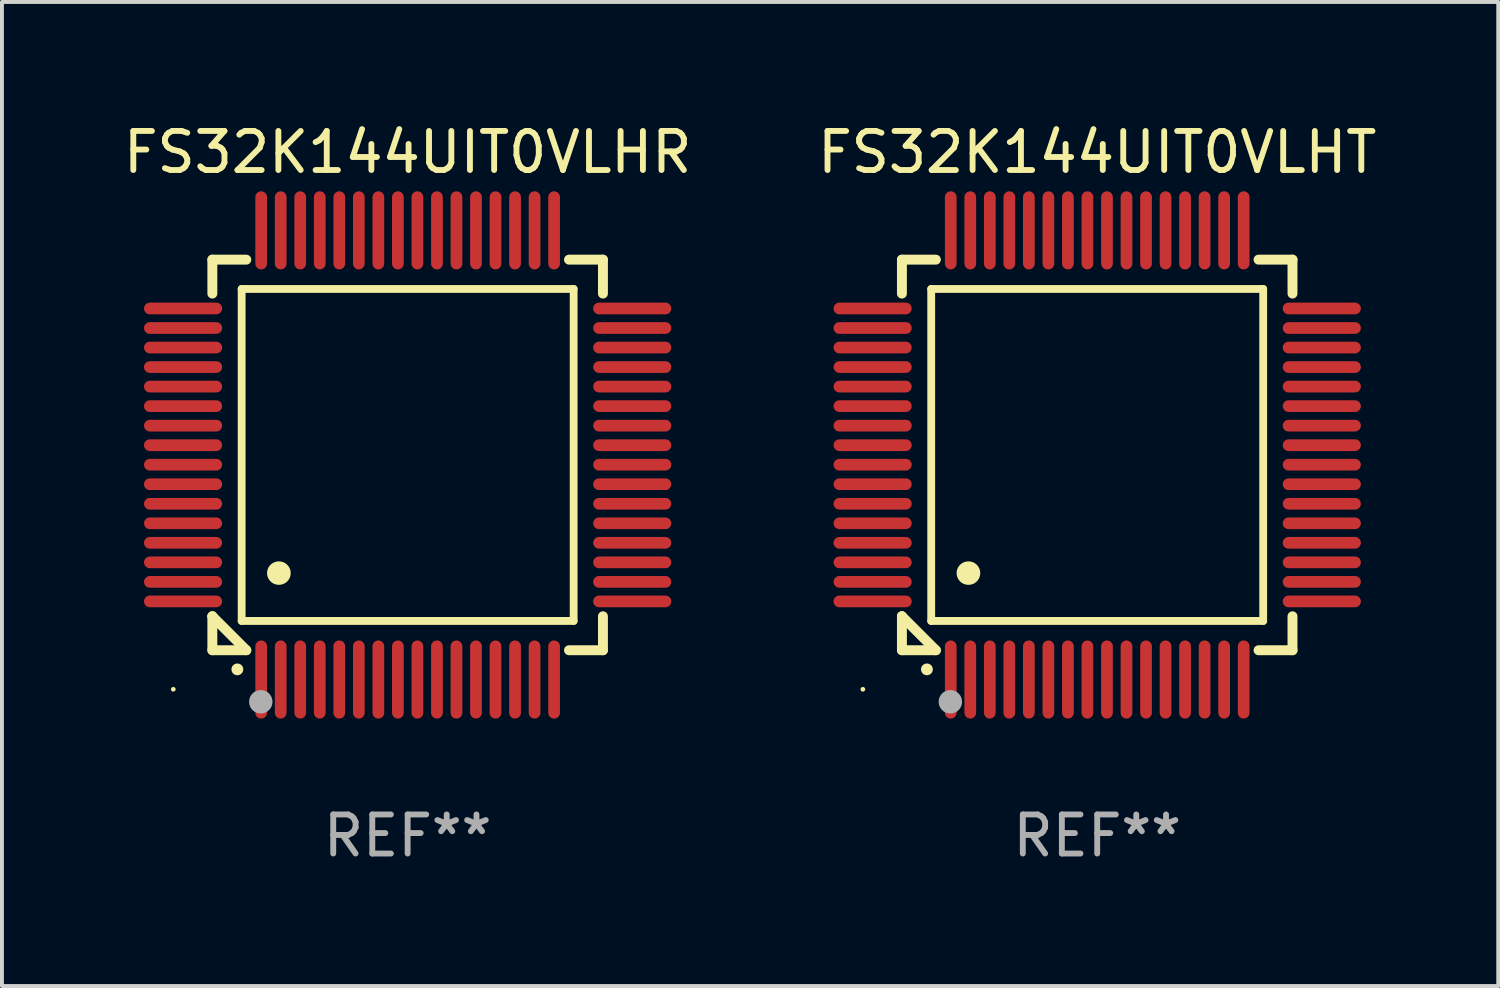
<source format=kicad_pcb>
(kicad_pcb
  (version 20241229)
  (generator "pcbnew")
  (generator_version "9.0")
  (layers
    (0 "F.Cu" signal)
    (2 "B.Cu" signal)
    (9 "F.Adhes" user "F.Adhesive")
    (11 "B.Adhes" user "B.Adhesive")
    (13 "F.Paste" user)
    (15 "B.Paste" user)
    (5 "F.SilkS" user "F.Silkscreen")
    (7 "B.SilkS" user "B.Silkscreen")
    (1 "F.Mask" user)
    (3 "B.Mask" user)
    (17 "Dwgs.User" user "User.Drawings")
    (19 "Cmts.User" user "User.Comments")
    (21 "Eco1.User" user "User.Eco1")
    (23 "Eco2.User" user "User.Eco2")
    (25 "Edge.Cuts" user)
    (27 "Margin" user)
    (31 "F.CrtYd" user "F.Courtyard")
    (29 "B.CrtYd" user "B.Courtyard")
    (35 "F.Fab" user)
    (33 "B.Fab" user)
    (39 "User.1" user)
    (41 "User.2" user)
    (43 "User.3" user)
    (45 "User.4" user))
  (footprint "FS32K144UIT0VLHR"
    (layer "F.Cu")
    (at 7.387 8.598)
    (property "Reference" "FS32K144UIT0VLHR" (at 0 -7.75 0) (layer "F.SilkS") (effects (font (size 1 1) (thickness 0.15))))
    (attr through_hole)
    (fp_line (start -5 -5) (end -4.131 -5) (stroke (width 0.254) (type solid)) (layer "F.SilkS"))
    (fp_line (start -5 -4.131) (end -5 -5) (stroke (width 0.254) (type solid)) (layer "F.SilkS"))
    (fp_line (start -5 4.131) (end -5 4.131) (stroke (width 0.254) (type solid)) (layer "F.SilkS"))
    (fp_line (start -5 5) (end -5 4.131) (stroke (width 0.254) (type solid)) (layer "F.SilkS"))
    (fp_line (start -5 4.131) (end -4.131 5) (stroke (width 0.254) (type solid)) (layer "F.SilkS"))
    (fp_line (start -4.25 -4.25) (end -4.25 4.25) (stroke (width 0.2) (type solid)) (layer "F.SilkS"))
    (fp_line (start -4.25 4.25) (end 4.25 4.25) (stroke (width 0.2) (type solid)) (layer "F.SilkS"))
    (fp_line (start -4.131 5) (end -5 5) (stroke (width 0.254) (type solid)) (layer "F.SilkS"))
    (fp_line (start 4.25 -4.25) (end -4.25 -4.25) (stroke (width 0.2) (type solid)) (layer "F.SilkS"))
    (fp_line (start 4.25 4.25) (end 4.25 -4.25) (stroke (width 0.2) (type solid)) (layer "F.SilkS"))
    (fp_line (start 5 -5) (end 4.131 -5) (stroke (width 0.254) (type solid)) (layer "F.SilkS"))
    (fp_line (start 5 -5) (end 5 -4.131) (stroke (width 0.254) (type solid)) (layer "F.SilkS"))
    (fp_line (start 5 4.131) (end 5 5) (stroke (width 0.254) (type solid)) (layer "F.SilkS"))
    (fp_line (start 5 5) (end 4.131 5) (stroke (width 0.254) (type solid)) (layer "F.SilkS"))
    (fp_arc (start -4.361265 5.489992) (mid -4.359995 5.489987) (end -4.358725 5.489992) (stroke (width 0.3) (type solid)) (layer "F.SilkS"))
    (fp_arc (start -3.299467 3.025146) (mid -3.296927 3.025135) (end -3.294387 3.025146) (stroke (width 0.6) (type solid)) (layer "F.SilkS"))
    (fp_circle (center -6 6) (end -5.97 6) (stroke (width 0.06) (type solid)) (fill no) (layer "F.SilkS"))
    (fp_circle (center -3.76 6.32) (end -3.61 6.32) (stroke (width 0.3) (type solid)) (fill no) (layer "F.Fab"))
    (fp_text user "REF**" (at 0 9.75 0) (layer "F.Fab") (effects (font (size 1 1) (thickness 0.15))))
    (pad "1" smd oval (at -3.75 5.75) (size 0.3 2) (layers "F.Cu" "F.Mask" "F.Paste"))
    (pad "2" smd oval (at -3.25 5.75) (size 0.3 2) (layers "F.Cu" "F.Mask" "F.Paste"))
    (pad "3" smd oval (at -2.75 5.75) (size 0.3 2) (layers "F.Cu" "F.Mask" "F.Paste"))
    (pad "4" smd oval (at -2.25 5.75) (size 0.3 2) (layers "F.Cu" "F.Mask" "F.Paste"))
    (pad "5" smd oval (at -1.75 5.75) (size 0.3 2) (layers "F.Cu" "F.Mask" "F.Paste"))
    (pad "6" smd oval (at -1.25 5.75) (size 0.3 2) (layers "F.Cu" "F.Mask" "F.Paste"))
    (pad "7" smd oval (at -0.75 5.75) (size 0.3 2) (layers "F.Cu" "F.Mask" "F.Paste"))
    (pad "8" smd oval (at -0.25 5.75) (size 0.3 2) (layers "F.Cu" "F.Mask" "F.Paste"))
    (pad "9" smd oval (at 0.25 5.75) (size 0.3 2) (layers "F.Cu" "F.Mask" "F.Paste"))
    (pad "10" smd oval (at 0.75 5.75) (size 0.3 2) (layers "F.Cu" "F.Mask" "F.Paste"))
    (pad "11" smd oval (at 1.25 5.75) (size 0.3 2) (layers "F.Cu" "F.Mask" "F.Paste"))
    (pad "12" smd oval (at 1.75 5.75) (size 0.3 2) (layers "F.Cu" "F.Mask" "F.Paste"))
    (pad "13" smd oval (at 2.25 5.75) (size 0.3 2) (layers "F.Cu" "F.Mask" "F.Paste"))
    (pad "14" smd oval (at 2.75 5.75) (size 0.3 2) (layers "F.Cu" "F.Mask" "F.Paste"))
    (pad "15" smd oval (at 3.25 5.75) (size 0.3 2) (layers "F.Cu" "F.Mask" "F.Paste"))
    (pad "16" smd oval (at 3.75 5.75) (size 0.3 2) (layers "F.Cu" "F.Mask" "F.Paste"))
    (pad "17" smd oval (at 5.75 3.75) (size 2 0.3) (layers "F.Cu" "F.Mask" "F.Paste"))
    (pad "18" smd oval (at 5.75 3.25) (size 2 0.3) (layers "F.Cu" "F.Mask" "F.Paste"))
    (pad "19" smd oval (at 5.75 2.75) (size 2 0.3) (layers "F.Cu" "F.Mask" "F.Paste"))
    (pad "20" smd oval (at 5.75 2.25) (size 2 0.3) (layers "F.Cu" "F.Mask" "F.Paste"))
    (pad "21" smd oval (at 5.75 1.75) (size 2 0.3) (layers "F.Cu" "F.Mask" "F.Paste"))
    (pad "22" smd oval (at 5.75 1.25) (size 2 0.3) (layers "F.Cu" "F.Mask" "F.Paste"))
    (pad "23" smd oval (at 5.75 0.75) (size 2 0.3) (layers "F.Cu" "F.Mask" "F.Paste"))
    (pad "24" smd oval (at 5.75 0.25) (size 2 0.3) (layers "F.Cu" "F.Mask" "F.Paste"))
    (pad "25" smd oval (at 5.75 -0.25) (size 2 0.3) (layers "F.Cu" "F.Mask" "F.Paste"))
    (pad "26" smd oval (at 5.75 -0.75) (size 2 0.3) (layers "F.Cu" "F.Mask" "F.Paste"))
    (pad "27" smd oval (at 5.75 -1.25) (size 2 0.3) (layers "F.Cu" "F.Mask" "F.Paste"))
    (pad "28" smd oval (at 5.75 -1.75) (size 2 0.3) (layers "F.Cu" "F.Mask" "F.Paste"))
    (pad "29" smd oval (at 5.75 -2.25) (size 2 0.3) (layers "F.Cu" "F.Mask" "F.Paste"))
    (pad "30" smd oval (at 5.75 -2.75) (size 2 0.3) (layers "F.Cu" "F.Mask" "F.Paste"))
    (pad "31" smd oval (at 5.75 -3.25) (size 2 0.3) (layers "F.Cu" "F.Mask" "F.Paste"))
    (pad "32" smd oval (at 5.75 -3.75) (size 2 0.3) (layers "F.Cu" "F.Mask" "F.Paste"))
    (pad "33" smd oval (at 3.75 -5.75) (size 0.3 2) (layers "F.Cu" "F.Mask" "F.Paste"))
    (pad "34" smd oval (at 3.25 -5.75) (size 0.3 2) (layers "F.Cu" "F.Mask" "F.Paste"))
    (pad "35" smd oval (at 2.75 -5.75) (size 0.3 2) (layers "F.Cu" "F.Mask" "F.Paste"))
    (pad "36" smd oval (at 2.25 -5.75) (size 0.3 2) (layers "F.Cu" "F.Mask" "F.Paste"))
    (pad "37" smd oval (at 1.75 -5.75) (size 0.3 2) (layers "F.Cu" "F.Mask" "F.Paste"))
    (pad "38" smd oval (at 1.25 -5.75) (size 0.3 2) (layers "F.Cu" "F.Mask" "F.Paste"))
    (pad "39" smd oval (at 0.75 -5.75) (size 0.3 2) (layers "F.Cu" "F.Mask" "F.Paste"))
    (pad "40" smd oval (at 0.25 -5.75) (size 0.3 2) (layers "F.Cu" "F.Mask" "F.Paste"))
    (pad "41" smd oval (at -0.25 -5.75) (size 0.3 2) (layers "F.Cu" "F.Mask" "F.Paste"))
    (pad "42" smd oval (at -0.75 -5.75) (size 0.3 2) (layers "F.Cu" "F.Mask" "F.Paste"))
    (pad "43" smd oval (at -1.25 -5.75) (size 0.3 2) (layers "F.Cu" "F.Mask" "F.Paste"))
    (pad "44" smd oval (at -1.75 -5.75) (size 0.3 2) (layers "F.Cu" "F.Mask" "F.Paste"))
    (pad "45" smd oval (at -2.25 -5.75) (size 0.3 2) (layers "F.Cu" "F.Mask" "F.Paste"))
    (pad "46" smd oval (at -2.75 -5.75) (size 0.3 2) (layers "F.Cu" "F.Mask" "F.Paste"))
    (pad "47" smd oval (at -3.25 -5.75) (size 0.3 2) (layers "F.Cu" "F.Mask" "F.Paste"))
    (pad "48" smd oval (at -3.75 -5.75) (size 0.3 2) (layers "F.Cu" "F.Mask" "F.Paste"))
    (pad "49" smd oval (at -5.75 -3.75) (size 2 0.3) (layers "F.Cu" "F.Mask" "F.Paste"))
    (pad "50" smd oval (at -5.75 -3.25) (size 2 0.3) (layers "F.Cu" "F.Mask" "F.Paste"))
    (pad "51" smd oval (at -5.75 -2.75) (size 2 0.3) (layers "F.Cu" "F.Mask" "F.Paste"))
    (pad "52" smd oval (at -5.75 -2.25) (size 2 0.3) (layers "F.Cu" "F.Mask" "F.Paste"))
    (pad "53" smd oval (at -5.75 -1.75) (size 2 0.3) (layers "F.Cu" "F.Mask" "F.Paste"))
    (pad "54" smd oval (at -5.75 -1.25) (size 2 0.3) (layers "F.Cu" "F.Mask" "F.Paste"))
    (pad "55" smd oval (at -5.75 -0.75) (size 2 0.3) (layers "F.Cu" "F.Mask" "F.Paste"))
    (pad "56" smd oval (at -5.75 -0.25) (size 2 0.3) (layers "F.Cu" "F.Mask" "F.Paste"))
    (pad "57" smd oval (at -5.75 0.25) (size 2 0.3) (layers "F.Cu" "F.Mask" "F.Paste"))
    (pad "58" smd oval (at -5.75 0.75) (size 2 0.3) (layers "F.Cu" "F.Mask" "F.Paste"))
    (pad "59" smd oval (at -5.75 1.25) (size 2 0.3) (layers "F.Cu" "F.Mask" "F.Paste"))
    (pad "60" smd oval (at -5.75 1.75) (size 2 0.3) (layers "F.Cu" "F.Mask" "F.Paste"))
    (pad "61" smd oval (at -5.75 2.25) (size 2 0.3) (layers "F.Cu" "F.Mask" "F.Paste"))
    (pad "62" smd oval (at -5.75 2.75) (size 2 0.3) (layers "F.Cu" "F.Mask" "F.Paste"))
    (pad "63" smd oval (at -5.75 3.25) (size 2 0.3) (layers "F.Cu" "F.Mask" "F.Paste"))
    (pad "64" smd oval (at -5.75 3.75) (size 2 0.3) (layers "F.Cu" "F.Mask" "F.Paste")))
  (footprint "FS32K144UIT0VLHT"
    (layer "F.Cu")
    (at 25.042 8.598)
    (property "Reference" "FS32K144UIT0VLHT" (at 0 -7.75 0) (layer "F.SilkS") (effects (font (size 1 1) (thickness 0.15))))
    (attr through_hole)
    (fp_line (start -5 -5) (end -4.131 -5) (stroke (width 0.254) (type solid)) (layer "F.SilkS"))
    (fp_line (start -5 -4.131) (end -5 -5) (stroke (width 0.254) (type solid)) (layer "F.SilkS"))
    (fp_line (start -5 4.131) (end -5 4.131) (stroke (width 0.254) (type solid)) (layer "F.SilkS"))
    (fp_line (start -5 5) (end -5 4.131) (stroke (width 0.254) (type solid)) (layer "F.SilkS"))
    (fp_line (start -5 4.131) (end -4.131 5) (stroke (width 0.254) (type solid)) (layer "F.SilkS"))
    (fp_line (start -4.25 -4.25) (end -4.25 4.25) (stroke (width 0.2) (type solid)) (layer "F.SilkS"))
    (fp_line (start -4.25 4.25) (end 4.25 4.25) (stroke (width 0.2) (type solid)) (layer "F.SilkS"))
    (fp_line (start -4.131 5) (end -5 5) (stroke (width 0.254) (type solid)) (layer "F.SilkS"))
    (fp_line (start 4.25 -4.25) (end -4.25 -4.25) (stroke (width 0.2) (type solid)) (layer "F.SilkS"))
    (fp_line (start 4.25 4.25) (end 4.25 -4.25) (stroke (width 0.2) (type solid)) (layer "F.SilkS"))
    (fp_line (start 5 -5) (end 4.131 -5) (stroke (width 0.254) (type solid)) (layer "F.SilkS"))
    (fp_line (start 5 -5) (end 5 -4.131) (stroke (width 0.254) (type solid)) (layer "F.SilkS"))
    (fp_line (start 5 4.131) (end 5 5) (stroke (width 0.254) (type solid)) (layer "F.SilkS"))
    (fp_line (start 5 5) (end 4.131 5) (stroke (width 0.254) (type solid)) (layer "F.SilkS"))
    (fp_arc (start -4.361265 5.489992) (mid -4.359995 5.489987) (end -4.358725 5.489992) (stroke (width 0.3) (type solid)) (layer "F.SilkS"))
    (fp_arc (start -3.299467 3.025146) (mid -3.296927 3.025135) (end -3.294387 3.025146) (stroke (width 0.6) (type solid)) (layer "F.SilkS"))
    (fp_circle (center -6 6) (end -5.97 6) (stroke (width 0.06) (type solid)) (fill no) (layer "F.SilkS"))
    (fp_circle (center -3.76 6.32) (end -3.61 6.32) (stroke (width 0.3) (type solid)) (fill no) (layer "F.Fab"))
    (fp_text user "REF**" (at 0 9.75 0) (layer "F.Fab") (effects (font (size 1 1) (thickness 0.15))))
    (pad "1" smd oval (at -3.75 5.75) (size 0.3 2) (layers "F.Cu" "F.Mask" "F.Paste"))
    (pad "2" smd oval (at -3.25 5.75) (size 0.3 2) (layers "F.Cu" "F.Mask" "F.Paste"))
    (pad "3" smd oval (at -2.75 5.75) (size 0.3 2) (layers "F.Cu" "F.Mask" "F.Paste"))
    (pad "4" smd oval (at -2.25 5.75) (size 0.3 2) (layers "F.Cu" "F.Mask" "F.Paste"))
    (pad "5" smd oval (at -1.75 5.75) (size 0.3 2) (layers "F.Cu" "F.Mask" "F.Paste"))
    (pad "6" smd oval (at -1.25 5.75) (size 0.3 2) (layers "F.Cu" "F.Mask" "F.Paste"))
    (pad "7" smd oval (at -0.75 5.75) (size 0.3 2) (layers "F.Cu" "F.Mask" "F.Paste"))
    (pad "8" smd oval (at -0.25 5.75) (size 0.3 2) (layers "F.Cu" "F.Mask" "F.Paste"))
    (pad "9" smd oval (at 0.25 5.75) (size 0.3 2) (layers "F.Cu" "F.Mask" "F.Paste"))
    (pad "10" smd oval (at 0.75 5.75) (size 0.3 2) (layers "F.Cu" "F.Mask" "F.Paste"))
    (pad "11" smd oval (at 1.25 5.75) (size 0.3 2) (layers "F.Cu" "F.Mask" "F.Paste"))
    (pad "12" smd oval (at 1.75 5.75) (size 0.3 2) (layers "F.Cu" "F.Mask" "F.Paste"))
    (pad "13" smd oval (at 2.25 5.75) (size 0.3 2) (layers "F.Cu" "F.Mask" "F.Paste"))
    (pad "14" smd oval (at 2.75 5.75) (size 0.3 2) (layers "F.Cu" "F.Mask" "F.Paste"))
    (pad "15" smd oval (at 3.25 5.75) (size 0.3 2) (layers "F.Cu" "F.Mask" "F.Paste"))
    (pad "16" smd oval (at 3.75 5.75) (size 0.3 2) (layers "F.Cu" "F.Mask" "F.Paste"))
    (pad "17" smd oval (at 5.75 3.75) (size 2 0.3) (layers "F.Cu" "F.Mask" "F.Paste"))
    (pad "18" smd oval (at 5.75 3.25) (size 2 0.3) (layers "F.Cu" "F.Mask" "F.Paste"))
    (pad "19" smd oval (at 5.75 2.75) (size 2 0.3) (layers "F.Cu" "F.Mask" "F.Paste"))
    (pad "20" smd oval (at 5.75 2.25) (size 2 0.3) (layers "F.Cu" "F.Mask" "F.Paste"))
    (pad "21" smd oval (at 5.75 1.75) (size 2 0.3) (layers "F.Cu" "F.Mask" "F.Paste"))
    (pad "22" smd oval (at 5.75 1.25) (size 2 0.3) (layers "F.Cu" "F.Mask" "F.Paste"))
    (pad "23" smd oval (at 5.75 0.75) (size 2 0.3) (layers "F.Cu" "F.Mask" "F.Paste"))
    (pad "24" smd oval (at 5.75 0.25) (size 2 0.3) (layers "F.Cu" "F.Mask" "F.Paste"))
    (pad "25" smd oval (at 5.75 -0.25) (size 2 0.3) (layers "F.Cu" "F.Mask" "F.Paste"))
    (pad "26" smd oval (at 5.75 -0.75) (size 2 0.3) (layers "F.Cu" "F.Mask" "F.Paste"))
    (pad "27" smd oval (at 5.75 -1.25) (size 2 0.3) (layers "F.Cu" "F.Mask" "F.Paste"))
    (pad "28" smd oval (at 5.75 -1.75) (size 2 0.3) (layers "F.Cu" "F.Mask" "F.Paste"))
    (pad "29" smd oval (at 5.75 -2.25) (size 2 0.3) (layers "F.Cu" "F.Mask" "F.Paste"))
    (pad "30" smd oval (at 5.75 -2.75) (size 2 0.3) (layers "F.Cu" "F.Mask" "F.Paste"))
    (pad "31" smd oval (at 5.75 -3.25) (size 2 0.3) (layers "F.Cu" "F.Mask" "F.Paste"))
    (pad "32" smd oval (at 5.75 -3.75) (size 2 0.3) (layers "F.Cu" "F.Mask" "F.Paste"))
    (pad "33" smd oval (at 3.75 -5.75) (size 0.3 2) (layers "F.Cu" "F.Mask" "F.Paste"))
    (pad "34" smd oval (at 3.25 -5.75) (size 0.3 2) (layers "F.Cu" "F.Mask" "F.Paste"))
    (pad "35" smd oval (at 2.75 -5.75) (size 0.3 2) (layers "F.Cu" "F.Mask" "F.Paste"))
    (pad "36" smd oval (at 2.25 -5.75) (size 0.3 2) (layers "F.Cu" "F.Mask" "F.Paste"))
    (pad "37" smd oval (at 1.75 -5.75) (size 0.3 2) (layers "F.Cu" "F.Mask" "F.Paste"))
    (pad "38" smd oval (at 1.25 -5.75) (size 0.3 2) (layers "F.Cu" "F.Mask" "F.Paste"))
    (pad "39" smd oval (at 0.75 -5.75) (size 0.3 2) (layers "F.Cu" "F.Mask" "F.Paste"))
    (pad "40" smd oval (at 0.25 -5.75) (size 0.3 2) (layers "F.Cu" "F.Mask" "F.Paste"))
    (pad "41" smd oval (at -0.25 -5.75) (size 0.3 2) (layers "F.Cu" "F.Mask" "F.Paste"))
    (pad "42" smd oval (at -0.75 -5.75) (size 0.3 2) (layers "F.Cu" "F.Mask" "F.Paste"))
    (pad "43" smd oval (at -1.25 -5.75) (size 0.3 2) (layers "F.Cu" "F.Mask" "F.Paste"))
    (pad "44" smd oval (at -1.75 -5.75) (size 0.3 2) (layers "F.Cu" "F.Mask" "F.Paste"))
    (pad "45" smd oval (at -2.25 -5.75) (size 0.3 2) (layers "F.Cu" "F.Mask" "F.Paste"))
    (pad "46" smd oval (at -2.75 -5.75) (size 0.3 2) (layers "F.Cu" "F.Mask" "F.Paste"))
    (pad "47" smd oval (at -3.25 -5.75) (size 0.3 2) (layers "F.Cu" "F.Mask" "F.Paste"))
    (pad "48" smd oval (at -3.75 -5.75) (size 0.3 2) (layers "F.Cu" "F.Mask" "F.Paste"))
    (pad "49" smd oval (at -5.75 -3.75) (size 2 0.3) (layers "F.Cu" "F.Mask" "F.Paste"))
    (pad "50" smd oval (at -5.75 -3.25) (size 2 0.3) (layers "F.Cu" "F.Mask" "F.Paste"))
    (pad "51" smd oval (at -5.75 -2.75) (size 2 0.3) (layers "F.Cu" "F.Mask" "F.Paste"))
    (pad "52" smd oval (at -5.75 -2.25) (size 2 0.3) (layers "F.Cu" "F.Mask" "F.Paste"))
    (pad "53" smd oval (at -5.75 -1.75) (size 2 0.3) (layers "F.Cu" "F.Mask" "F.Paste"))
    (pad "54" smd oval (at -5.75 -1.25) (size 2 0.3) (layers "F.Cu" "F.Mask" "F.Paste"))
    (pad "55" smd oval (at -5.75 -0.75) (size 2 0.3) (layers "F.Cu" "F.Mask" "F.Paste"))
    (pad "56" smd oval (at -5.75 -0.25) (size 2 0.3) (layers "F.Cu" "F.Mask" "F.Paste"))
    (pad "57" smd oval (at -5.75 0.25) (size 2 0.3) (layers "F.Cu" "F.Mask" "F.Paste"))
    (pad "58" smd oval (at -5.75 0.75) (size 2 0.3) (layers "F.Cu" "F.Mask" "F.Paste"))
    (pad "59" smd oval (at -5.75 1.25) (size 2 0.3) (layers "F.Cu" "F.Mask" "F.Paste"))
    (pad "60" smd oval (at -5.75 1.75) (size 2 0.3) (layers "F.Cu" "F.Mask" "F.Paste"))
    (pad "61" smd oval (at -5.75 2.25) (size 2 0.3) (layers "F.Cu" "F.Mask" "F.Paste"))
    (pad "62" smd oval (at -5.75 2.75) (size 2 0.3) (layers "F.Cu" "F.Mask" "F.Paste"))
    (pad "63" smd oval (at -5.75 3.25) (size 2 0.3) (layers "F.Cu" "F.Mask" "F.Paste"))
    (pad "64" smd oval (at -5.75 3.75) (size 2 0.3) (layers "F.Cu" "F.Mask" "F.Paste")))
  (gr_rect
    (start -3 -3)
    (end 35.31 22.196)
    (stroke (width 0.1) (type default))
    (fill no)
    (layer "Edge.Cuts")))
</source>
